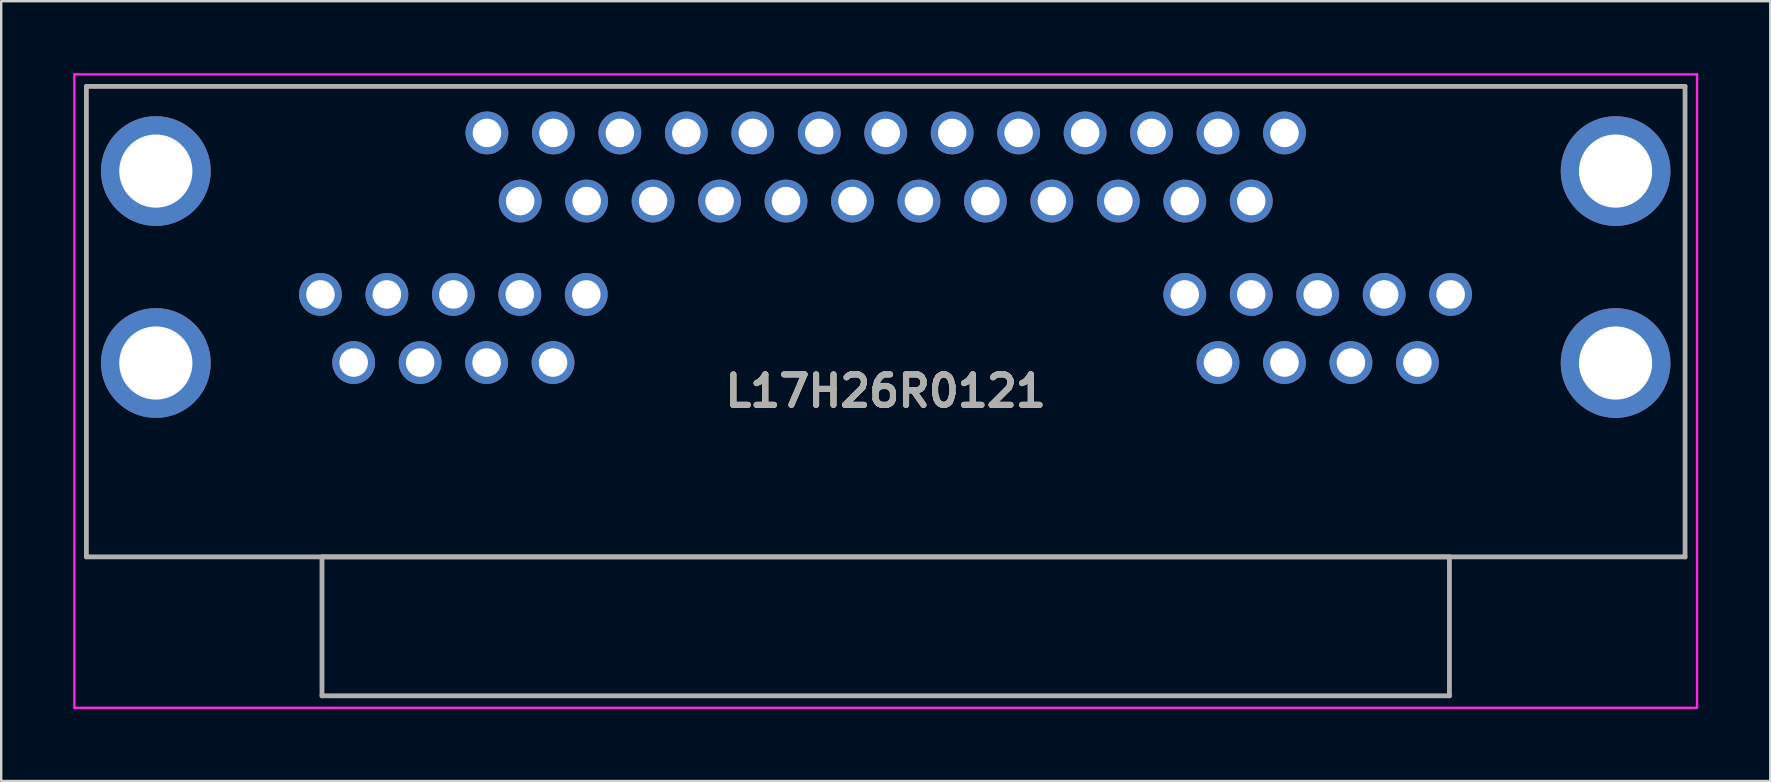
<source format=kicad_pcb>
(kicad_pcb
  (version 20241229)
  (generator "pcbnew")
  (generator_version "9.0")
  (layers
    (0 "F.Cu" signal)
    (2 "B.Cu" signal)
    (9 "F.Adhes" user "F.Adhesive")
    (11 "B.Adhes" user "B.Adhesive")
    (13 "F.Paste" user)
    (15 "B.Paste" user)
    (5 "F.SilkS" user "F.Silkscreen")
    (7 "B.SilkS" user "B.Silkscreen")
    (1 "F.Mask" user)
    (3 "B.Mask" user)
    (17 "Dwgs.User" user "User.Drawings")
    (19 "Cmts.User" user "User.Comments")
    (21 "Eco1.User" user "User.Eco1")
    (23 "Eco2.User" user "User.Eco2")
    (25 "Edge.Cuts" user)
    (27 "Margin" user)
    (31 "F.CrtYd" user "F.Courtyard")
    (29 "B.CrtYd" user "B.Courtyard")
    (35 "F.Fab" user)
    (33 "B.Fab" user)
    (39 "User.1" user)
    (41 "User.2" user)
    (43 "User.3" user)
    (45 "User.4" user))
  (footprint "L17H26R0121"
    (layer "F.Cu")
    (at 17.245 2.49)
    (property "Reference" "L17H26R0121" (at 16.62 10.76 0) (layer "F.SilkS") (effects (font (size 1.27 1.27) (thickness 0.254))))
    (attr through_hole)
    (fp_line (start -16.695 -1.94) (end 49.935 -1.94) (stroke (width 0.1) (type solid)) (layer "F.SilkS"))
    (fp_line (start -16.695 17.67) (end -16.695 -1.94) (stroke (width 0.1) (type solid)) (layer "F.SilkS"))
    (fp_line (start 49.935 -1.94) (end 49.935 17.67) (stroke (width 0.1) (type solid)) (layer "F.SilkS"))
    (fp_line (start 49.935 17.67) (end -16.695 17.67) (stroke (width 0.1) (type solid)) (layer "F.SilkS"))
    (fp_line (start -17.195 -2.44) (end 50.435 -2.44) (stroke (width 0.1) (type solid)) (layer "F.CrtYd"))
    (fp_line (start -17.195 23.96) (end -17.195 -2.44) (stroke (width 0.1) (type solid)) (layer "F.CrtYd"))
    (fp_line (start 50.435 -2.44) (end 50.435 23.96) (stroke (width 0.1) (type solid)) (layer "F.CrtYd"))
    (fp_line (start 50.435 23.96) (end -17.195 23.96) (stroke (width 0.1) (type solid)) (layer "F.CrtYd"))
    (fp_line (start -16.695 -1.94) (end 49.935 -1.94) (stroke (width 0.2) (type solid)) (layer "F.Fab"))
    (fp_line (start -16.695 17.67) (end -16.695 -1.94) (stroke (width 0.2) (type solid)) (layer "F.Fab"))
    (fp_line (start -6.875 17.67) (end 40.115 17.67) (stroke (width 0.2) (type solid)) (layer "F.Fab"))
    (fp_line (start -6.875 23.46) (end -6.875 17.67) (stroke (width 0.2) (type solid)) (layer "F.Fab"))
    (fp_line (start 40.115 17.67) (end 40.115 23.46) (stroke (width 0.2) (type solid)) (layer "F.Fab"))
    (fp_line (start 40.115 23.46) (end -6.875 23.46) (stroke (width 0.2) (type solid)) (layer "F.Fab"))
    (fp_line (start 49.935 -1.94) (end 49.935 17.67) (stroke (width 0.2) (type solid)) (layer "F.Fab"))
    (fp_line (start 49.935 17.67) (end -16.695 17.67) (stroke (width 0.2) (type solid)) (layer "F.Fab"))
    (fp_text user "${REFERENCE}" (at 16.62 10.76 0) (layer "F.Fab") (effects (font (size 1.27 1.27) (thickness 0.254))))
    (pad "A1" thru_hole circle (at -6.94 6.731) (size 1.785 1.785) (drill 1.19) (layers "*.Cu" "*.Mask"))
    (pad "A2" thru_hole circle (at -4.17 6.731) (size 1.785 1.785) (drill 1.19) (layers "*.Cu" "*.Mask"))
    (pad "A3" thru_hole circle (at -1.4 6.731) (size 1.785 1.785) (drill 1.19) (layers "*.Cu" "*.Mask"))
    (pad "A4" thru_hole circle (at 1.37 6.731) (size 1.785 1.785) (drill 1.19) (layers "*.Cu" "*.Mask"))
    (pad "A5" thru_hole circle (at 4.14 6.731) (size 1.785 1.785) (drill 1.19) (layers "*.Cu" "*.Mask"))
    (pad "A6" thru_hole circle (at -5.555 9.571) (size 1.785 1.785) (drill 1.19) (layers "*.Cu" "*.Mask"))
    (pad "A7" thru_hole circle (at -2.785 9.571) (size 1.785 1.785) (drill 1.19) (layers "*.Cu" "*.Mask"))
    (pad "A8" thru_hole circle (at -0.015 9.571) (size 1.785 1.785) (drill 1.19) (layers "*.Cu" "*.Mask"))
    (pad "A9" thru_hole circle (at 2.755 9.571) (size 1.785 1.785) (drill 1.19) (layers "*.Cu" "*.Mask"))
    (pad "B1" thru_hole circle (at 29.085 6.731) (size 1.785 1.785) (drill 1.19) (layers "*.Cu" "*.Mask"))
    (pad "B2" thru_hole circle (at 31.855 6.731) (size 1.785 1.785) (drill 1.19) (layers "*.Cu" "*.Mask"))
    (pad "B3" thru_hole circle (at 34.625 6.731) (size 1.785 1.785) (drill 1.19) (layers "*.Cu" "*.Mask"))
    (pad "B4" thru_hole circle (at 37.395 6.731) (size 1.785 1.785) (drill 1.19) (layers "*.Cu" "*.Mask"))
    (pad "B5" thru_hole circle (at 40.165 6.731) (size 1.785 1.785) (drill 1.19) (layers "*.Cu" "*.Mask"))
    (pad "B6" thru_hole circle (at 30.47 9.571) (size 1.785 1.785) (drill 1.19) (layers "*.Cu" "*.Mask"))
    (pad "B7" thru_hole circle (at 33.24 9.571) (size 1.785 1.785) (drill 1.19) (layers "*.Cu" "*.Mask"))
    (pad "B8" thru_hole circle (at 36.01 9.571) (size 1.785 1.785) (drill 1.19) (layers "*.Cu" "*.Mask"))
    (pad "B9" thru_hole circle (at 38.78 9.571) (size 1.785 1.785) (drill 1.19) (layers "*.Cu" "*.Mask"))
    (pad "C1" thru_hole circle (at 33.24 0) (size 1.785 1.785) (drill 1.19) (layers "*.Cu" "*.Mask"))
    (pad "C2" thru_hole circle (at 30.47 0) (size 1.785 1.785) (drill 1.19) (layers "*.Cu" "*.Mask"))
    (pad "C3" thru_hole circle (at 27.7 0) (size 1.785 1.785) (drill 1.19) (layers "*.Cu" "*.Mask"))
    (pad "C4" thru_hole circle (at 24.93 0) (size 1.785 1.785) (drill 1.19) (layers "*.Cu" "*.Mask"))
    (pad "C5" thru_hole circle (at 22.16 0) (size 1.785 1.785) (drill 1.19) (layers "*.Cu" "*.Mask"))
    (pad "C6" thru_hole circle (at 19.39 0) (size 1.785 1.785) (drill 1.19) (layers "*.Cu" "*.Mask"))
    (pad "C7" thru_hole circle (at 16.62 0) (size 1.785 1.785) (drill 1.19) (layers "*.Cu" "*.Mask"))
    (pad "C8" thru_hole circle (at 13.85 0) (size 1.785 1.785) (drill 1.19) (layers "*.Cu" "*.Mask"))
    (pad "C9" thru_hole circle (at 11.08 0) (size 1.785 1.785) (drill 1.19) (layers "*.Cu" "*.Mask"))
    (pad "C10" thru_hole circle (at 8.31 0) (size 1.785 1.785) (drill 1.19) (layers "*.Cu" "*.Mask"))
    (pad "C11" thru_hole circle (at 5.54 0) (size 1.785 1.785) (drill 1.19) (layers "*.Cu" "*.Mask"))
    (pad "C12" thru_hole circle (at 2.77 0) (size 1.785 1.785) (drill 1.19) (layers "*.Cu" "*.Mask"))
    (pad "C13" thru_hole circle (at 0 0) (size 1.785 1.785) (drill 1.19) (layers "*.Cu" "*.Mask"))
    (pad "C14" thru_hole circle (at 31.855 2.84) (size 1.785 1.785) (drill 1.19) (layers "*.Cu" "*.Mask"))
    (pad "C15" thru_hole circle (at 29.085 2.84) (size 1.785 1.785) (drill 1.19) (layers "*.Cu" "*.Mask"))
    (pad "C16" thru_hole circle (at 26.315 2.84) (size 1.785 1.785) (drill 1.19) (layers "*.Cu" "*.Mask"))
    (pad "C17" thru_hole circle (at 23.545 2.84) (size 1.785 1.785) (drill 1.19) (layers "*.Cu" "*.Mask"))
    (pad "C18" thru_hole circle (at 20.775 2.84) (size 1.785 1.785) (drill 1.19) (layers "*.Cu" "*.Mask"))
    (pad "C19" thru_hole circle (at 18.005 2.84) (size 1.785 1.785) (drill 1.19) (layers "*.Cu" "*.Mask"))
    (pad "C20" thru_hole circle (at 15.235 2.84) (size 1.785 1.785) (drill 1.19) (layers "*.Cu" "*.Mask"))
    (pad "C21" thru_hole circle (at 12.465 2.84) (size 1.785 1.785) (drill 1.19) (layers "*.Cu" "*.Mask"))
    (pad "C22" thru_hole circle (at 9.695 2.84) (size 1.785 1.785) (drill 1.19) (layers "*.Cu" "*.Mask"))
    (pad "C23" thru_hole circle (at 6.925 2.84) (size 1.785 1.785) (drill 1.19) (layers "*.Cu" "*.Mask"))
    (pad "C24" thru_hole circle (at 4.155 2.84) (size 1.785 1.785) (drill 1.19) (layers "*.Cu" "*.Mask"))
    (pad "C25" thru_hole circle (at 1.385 2.84) (size 1.785 1.785) (drill 1.19) (layers "*.Cu" "*.Mask"))
    (pad "MH1" thru_hole circle (at -13.8 1.59) (size 4.575 4.575) (drill 3.05) (layers "*.Cu" "*.Mask"))
    (pad "MH2" thru_hole circle (at 47.04 1.59) (size 4.575 4.575) (drill 3.05) (layers "*.Cu" "*.Mask"))
    (pad "MH3" thru_hole circle (at -13.8 9.59) (size 4.575 4.575) (drill 3.05) (layers "*.Cu" "*.Mask"))
    (pad "MH4" thru_hole circle (at 47.04 9.59) (size 4.575 4.575) (drill 3.05) (layers "*.Cu" "*.Mask")))
  (gr_rect
    (start -3 -3)
    (end 70.73 29.5)
    (stroke (width 0.1) (type default))
    (fill no)
    (layer "Edge.Cuts")))
</source>
